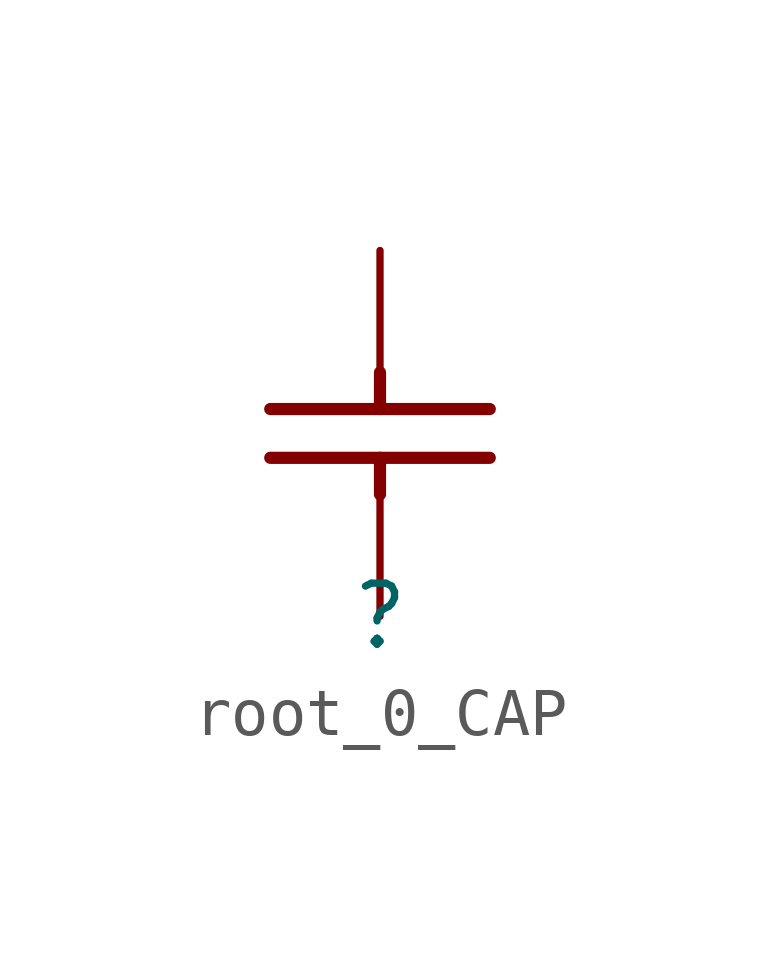
<source format=kicad_sym>
(kicad_symbol_lib
  (version 20220914)
  (generator kicad_symbol_editor)
  (symbol "root_0_CAP"
    (property "Reference" ""
      (at 0 0 0)
      (effects (font (size 1.27 1.27))))
    (property "Value" ""
      (at 0 0 0)
      (effects (font (size 1.27 1.27))))
    (symbol "root_0_CAP_1_0"
      (polyline (pts (xy -2.286 3.302) (xy 2.286 3.302)) (stroke (width 0.254) (type solid)) (fill (type none)))
      (polyline (pts (xy -2.286 4.318) (xy 2.286 4.318)) (stroke (width 0.254) (type solid)) (fill (type none)))
      (polyline (pts (xy 0 3.302) (xy 0 2.54)) (stroke (width 0.254) (type solid)) (fill (type none)))
      (polyline (pts (xy 0 5.08) (xy 0 4.318)) (stroke (width 0.254) (type solid)) (fill (type none)))
      (pin passive line (at 0 7.62 270) (length 2.54) (name "1" (effects (font (size 0 0)))) (number "1" (effects (font (size 0 0)))))
      (pin passive line (at 0 0 90) (length 2.54) (name "2" (effects (font (size 0 0)))) (number "2" (effects (font (size 0 0))))))))
</source>
